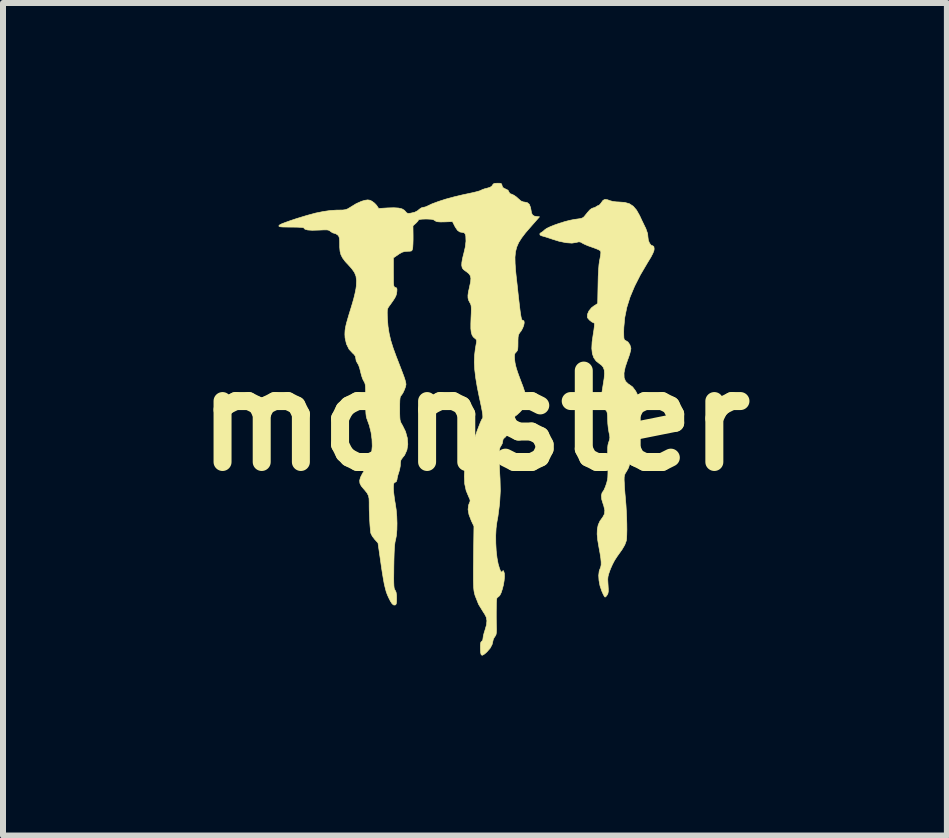
<source format=kicad_pcb>
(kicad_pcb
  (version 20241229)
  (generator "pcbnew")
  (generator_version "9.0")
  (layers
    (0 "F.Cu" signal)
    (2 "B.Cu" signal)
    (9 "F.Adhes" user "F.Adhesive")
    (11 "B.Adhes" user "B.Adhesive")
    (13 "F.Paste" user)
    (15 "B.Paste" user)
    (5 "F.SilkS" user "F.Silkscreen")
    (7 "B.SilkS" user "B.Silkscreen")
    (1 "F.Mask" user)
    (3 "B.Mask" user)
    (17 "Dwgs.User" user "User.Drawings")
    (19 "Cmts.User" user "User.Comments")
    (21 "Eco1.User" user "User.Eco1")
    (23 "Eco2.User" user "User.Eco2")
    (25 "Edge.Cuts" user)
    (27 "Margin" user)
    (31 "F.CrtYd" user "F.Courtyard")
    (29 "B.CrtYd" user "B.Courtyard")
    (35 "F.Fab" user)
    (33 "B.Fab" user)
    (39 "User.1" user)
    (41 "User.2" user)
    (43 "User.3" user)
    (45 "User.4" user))
  (footprint "monster"
    (layer "F.Cu")
    (at 4.87 3.964)
    (property "Reference" "monster" (at 0 0 0) (layer "F.SilkS") (effects (font (size 1.524 1.524) (thickness 0.3))))
    (attr through_hole)
    (fp_poly (pts (xy 2.211 -3.683) (xy 2.251 -3.668) (xy 2.296 -3.656) (xy 2.355 -3.648) (xy 2.398 -3.646) (xy 2.496 -3.639) (xy 2.575 -3.617) (xy 2.639 -3.575) (xy 2.694 -3.511) (xy 2.744 -3.422) (xy 2.75 -3.41) (xy 2.781 -3.343) (xy 2.813 -3.277) (xy 2.839 -3.223) (xy 2.847 -3.209) (xy 2.879 -3.118) (xy 2.884 -3.065) (xy 2.891 -3.007) (xy 2.911 -2.958) (xy 2.939 -2.924) (xy 2.967 -2.914) (xy 2.983 -2.9) (xy 2.988 -2.863) (xy 2.983 -2.831) (xy 2.965 -2.787) (xy 2.934 -2.727) (xy 2.886 -2.648) (xy 2.878 -2.635) (xy 2.758 -2.431) (xy 2.661 -2.24) (xy 2.586 -2.061) (xy 2.532 -1.889) (xy 2.498 -1.721) (xy 2.482 -1.554) (xy 2.48 -1.486) (xy 2.481 -1.42) (xy 2.483 -1.378) (xy 2.489 -1.354) (xy 2.499 -1.342) (xy 2.51 -1.337) (xy 2.551 -1.311) (xy 2.583 -1.265) (xy 2.599 -1.212) (xy 2.6 -1.2) (xy 2.594 -1.165) (xy 2.58 -1.11) (xy 2.558 -1.046) (xy 2.545 -1.012) (xy 2.505 -0.893) (xy 2.485 -0.795) (xy 2.487 -0.716) (xy 2.511 -0.656) (xy 2.555 -0.613) (xy 2.566 -0.607) (xy 2.629 -0.561) (xy 2.68 -0.493) (xy 2.706 -0.441) (xy 2.726 -0.378) (xy 2.737 -0.306) (xy 2.739 -0.233) (xy 2.733 -0.163) (xy 2.72 -0.102) (xy 2.7 -0.057) (xy 2.673 -0.032) (xy 2.66 -0.03) (xy 2.64 -0.025) (xy 2.631 -0.004) (xy 2.629 0.026) (xy 2.617 0.087) (xy 2.58 0.159) (xy 2.577 0.164) (xy 2.55 0.209) (xy 2.534 0.246) (xy 2.527 0.287) (xy 2.525 0.343) (xy 2.525 0.36) (xy 2.537 0.493) (xy 2.556 0.577) (xy 2.576 0.657) (xy 2.579 0.723) (xy 2.562 0.783) (xy 2.528 0.845) (xy 2.506 0.879) (xy 2.494 0.908) (xy 2.488 0.942) (xy 2.487 0.988) (xy 2.49 1.042) (xy 2.494 1.121) (xy 2.501 1.213) (xy 2.509 1.299) (xy 2.51 1.315) (xy 2.518 1.408) (xy 2.524 1.511) (xy 2.529 1.617) (xy 2.532 1.722) (xy 2.533 1.82) (xy 2.531 1.904) (xy 2.528 1.969) (xy 2.523 2.004) (xy 2.498 2.072) (xy 2.451 2.152) (xy 2.433 2.177) (xy 2.373 2.261) (xy 2.327 2.332) (xy 2.292 2.399) (xy 2.26 2.471) (xy 2.248 2.503) (xy 2.229 2.558) (xy 2.218 2.602) (xy 2.214 2.647) (xy 2.217 2.704) (xy 2.219 2.738) (xy 2.223 2.806) (xy 2.223 2.851) (xy 2.217 2.882) (xy 2.205 2.906) (xy 2.184 2.933) (xy 2.169 2.943) (xy 2.158 2.931) (xy 2.139 2.897) (xy 2.118 2.849) (xy 2.115 2.843) (xy 2.085 2.755) (xy 2.068 2.665) (xy 2.063 2.581) (xy 2.071 2.511) (xy 2.082 2.479) (xy 2.096 2.445) (xy 2.104 2.406) (xy 2.104 2.357) (xy 2.098 2.293) (xy 2.085 2.21) (xy 2.068 2.118) (xy 2.047 1.994) (xy 2.037 1.893) (xy 2.04 1.809) (xy 2.055 1.738) (xy 2.084 1.674) (xy 2.128 1.613) (xy 2.131 1.609) (xy 2.159 1.557) (xy 2.165 1.495) (xy 2.147 1.418) (xy 2.137 1.39) (xy 2.114 1.315) (xy 2.108 1.251) (xy 2.119 1.204) (xy 2.129 1.19) (xy 2.15 1.158) (xy 2.174 1.104) (xy 2.196 1.04) (xy 2.211 0.979) (xy 2.215 0.943) (xy 2.217 0.885) (xy 2.218 0.81) (xy 2.217 0.725) (xy 2.215 0.669) (xy 2.212 0.573) (xy 2.212 0.5) (xy 2.213 0.447) (xy 2.217 0.407) (xy 2.225 0.375) (xy 2.232 0.354) (xy 2.245 0.315) (xy 2.249 0.282) (xy 2.245 0.243) (xy 2.234 0.193) (xy 2.223 0.128) (xy 2.215 0.051) (xy 2.212 -0.024) (xy 2.212 -0.025) (xy 2.21 -0.083) (xy 2.205 -0.129) (xy 2.198 -0.154) (xy 2.196 -0.157) (xy 2.175 -0.182) (xy 2.151 -0.225) (xy 2.129 -0.278) (xy 2.112 -0.33) (xy 2.106 -0.369) (xy 2.109 -0.406) (xy 2.116 -0.465) (xy 2.127 -0.536) (xy 2.138 -0.605) (xy 2.154 -0.707) (xy 2.16 -0.784) (xy 2.156 -0.843) (xy 2.14 -0.888) (xy 2.112 -0.923) (xy 2.076 -0.95) (xy 2.02 -0.994) (xy 1.981 -1.049) (xy 1.957 -1.118) (xy 1.948 -1.205) (xy 1.953 -1.312) (xy 1.972 -1.442) (xy 1.983 -1.511) (xy 1.99 -1.568) (xy 1.993 -1.608) (xy 1.992 -1.625) (xy 1.991 -1.625) (xy 1.948 -1.646) (xy 1.908 -1.678) (xy 1.88 -1.711) (xy 1.874 -1.724) (xy 1.876 -1.774) (xy 1.9 -1.829) (xy 1.942 -1.881) (xy 1.982 -1.912) (xy 2.046 -1.953) (xy 2.052 -2.265) (xy 2.055 -2.402) (xy 2.061 -2.513) (xy 2.068 -2.602) (xy 2.078 -2.672) (xy 2.083 -2.694) (xy 2.095 -2.759) (xy 2.099 -2.801) (xy 2.095 -2.826) (xy 2.091 -2.832) (xy 2.07 -2.845) (xy 2.028 -2.864) (xy 1.973 -2.885) (xy 1.952 -2.892) (xy 1.89 -2.914) (xy 1.835 -2.937) (xy 1.795 -2.957) (xy 1.789 -2.961) (xy 1.756 -2.979) (xy 1.726 -2.981) (xy 1.693 -2.972) (xy 1.617 -2.96) (xy 1.52 -2.967) (xy 1.403 -2.991) (xy 1.3 -3.023) (xy 1.233 -3.045) (xy 1.175 -3.064) (xy 1.133 -3.076) (xy 1.114 -3.081) (xy 1.087 -3.094) (xy 1.08 -3.114) (xy 1.097 -3.132) (xy 1.099 -3.133) (xy 1.127 -3.15) (xy 1.16 -3.179) (xy 1.164 -3.183) (xy 1.197 -3.206) (xy 1.253 -3.233) (xy 1.325 -3.262) (xy 1.408 -3.291) (xy 1.495 -3.318) (xy 1.58 -3.34) (xy 1.656 -3.355) (xy 1.692 -3.36) (xy 1.751 -3.368) (xy 1.788 -3.378) (xy 1.813 -3.394) (xy 1.829 -3.412) (xy 1.878 -3.473) (xy 1.915 -3.514) (xy 1.944 -3.536) (xy 1.968 -3.546) (xy 1.969 -3.546) (xy 2.004 -3.557) (xy 2.02 -3.568) (xy 2.047 -3.584) (xy 2.058 -3.586) (xy 2.077 -3.598) (xy 2.102 -3.627) (xy 2.109 -3.638) (xy 2.136 -3.674) (xy 2.168 -3.689) (xy 2.211 -3.683)) (stroke (width 0.01) (type solid)) (fill yes) (layer "F.SilkS"))
    (fp_poly (pts (xy 0.419 -3.958) (xy 0.441 -3.95) (xy 0.449 -3.932) (xy 0.451 -3.92) (xy 0.463 -3.889) (xy 0.494 -3.869) (xy 0.508 -3.864) (xy 0.551 -3.842) (xy 0.565 -3.815) (xy 0.582 -3.787) (xy 0.614 -3.775) (xy 0.649 -3.759) (xy 0.692 -3.729) (xy 0.717 -3.706) (xy 0.765 -3.664) (xy 0.806 -3.647) (xy 0.818 -3.646) (xy 0.871 -3.636) (xy 0.906 -3.607) (xy 0.927 -3.553) (xy 0.933 -3.52) (xy 0.943 -3.463) (xy 0.96 -3.429) (xy 0.988 -3.411) (xy 1.028 -3.404) (xy 1.076 -3.399) (xy 0.925 -3.227) (xy 0.842 -3.131) (xy 0.778 -3.047) (xy 0.729 -2.97) (xy 0.696 -2.894) (xy 0.676 -2.815) (xy 0.667 -2.726) (xy 0.669 -2.622) (xy 0.678 -2.498) (xy 0.686 -2.419) (xy 0.705 -2.251) (xy 0.72 -2.11) (xy 0.733 -1.995) (xy 0.744 -1.901) (xy 0.753 -1.828) (xy 0.761 -1.772) (xy 0.768 -1.732) (xy 0.774 -1.704) (xy 0.78 -1.687) (xy 0.786 -1.678) (xy 0.793 -1.674) (xy 0.8 -1.673) (xy 0.817 -1.662) (xy 0.821 -1.631) (xy 0.813 -1.588) (xy 0.794 -1.54) (xy 0.768 -1.493) (xy 0.755 -1.478) (xy 0.737 -1.452) (xy 0.725 -1.426) (xy 0.719 -1.391) (xy 0.717 -1.339) (xy 0.717 -1.301) (xy 0.716 -1.236) (xy 0.713 -1.193) (xy 0.705 -1.166) (xy 0.692 -1.148) (xy 0.686 -1.142) (xy 0.668 -1.123) (xy 0.66 -1.099) (xy 0.659 -1.062) (xy 0.662 -1.015) (xy 0.667 -0.971) (xy 0.676 -0.925) (xy 0.69 -0.872) (xy 0.711 -0.807) (xy 0.74 -0.727) (xy 0.778 -0.626) (xy 0.798 -0.575) (xy 0.832 -0.473) (xy 0.849 -0.381) (xy 0.85 -0.304) (xy 0.834 -0.247) (xy 0.832 -0.245) (xy 0.799 -0.198) (xy 0.755 -0.148) (xy 0.707 -0.103) (xy 0.664 -0.07) (xy 0.647 -0.061) (xy 0.603 -0.029) (xy 0.577 0.027) (xy 0.568 0.106) (xy 0.568 0.107) (xy 0.56 0.172) (xy 0.539 0.23) (xy 0.51 0.272) (xy 0.494 0.283) (xy 0.468 0.313) (xy 0.463 0.342) (xy 0.454 0.385) (xy 0.433 0.422) (xy 0.419 0.444) (xy 0.411 0.472) (xy 0.406 0.511) (xy 0.404 0.57) (xy 0.404 0.615) (xy 0.405 0.693) (xy 0.408 0.789) (xy 0.413 0.888) (xy 0.418 0.971) (xy 0.423 1.168) (xy 0.411 1.38) (xy 0.383 1.597) (xy 0.365 1.696) (xy 0.352 1.795) (xy 0.346 1.914) (xy 0.347 2.042) (xy 0.354 2.171) (xy 0.368 2.291) (xy 0.387 2.392) (xy 0.388 2.394) (xy 0.409 2.465) (xy 0.427 2.509) (xy 0.442 2.525) (xy 0.443 2.525) (xy 0.461 2.514) (xy 0.463 2.506) (xy 0.469 2.499) (xy 0.478 2.51) (xy 0.49 2.547) (xy 0.492 2.603) (xy 0.486 2.669) (xy 0.474 2.741) (xy 0.456 2.81) (xy 0.436 2.871) (xy 0.413 2.916) (xy 0.389 2.939) (xy 0.387 2.94) (xy 0.374 2.946) (xy 0.365 2.961) (xy 0.36 2.99) (xy 0.357 3.039) (xy 0.356 3.098) (xy 0.355 3.185) (xy 0.355 3.284) (xy 0.356 3.379) (xy 0.357 3.407) (xy 0.359 3.479) (xy 0.357 3.528) (xy 0.353 3.56) (xy 0.344 3.584) (xy 0.33 3.603) (xy 0.308 3.64) (xy 0.299 3.675) (xy 0.299 3.676) (xy 0.286 3.732) (xy 0.253 3.794) (xy 0.202 3.853) (xy 0.193 3.862) (xy 0.149 3.899) (xy 0.12 3.913) (xy 0.103 3.903) (xy 0.094 3.867) (xy 0.091 3.803) (xy 0.091 3.802) (xy 0.091 3.741) (xy 0.095 3.704) (xy 0.104 3.686) (xy 0.112 3.681) (xy 0.129 3.661) (xy 0.134 3.629) (xy 0.139 3.592) (xy 0.152 3.54) (xy 0.167 3.493) (xy 0.192 3.406) (xy 0.199 3.337) (xy 0.188 3.277) (xy 0.158 3.219) (xy 0.146 3.203) (xy 0.06 3.063) (xy 0.002 2.917) (xy -0.006 2.888) (xy -0.013 2.858) (xy -0.018 2.825) (xy -0.022 2.782) (xy -0.024 2.729) (xy -0.026 2.66) (xy -0.026 2.572) (xy -0.026 2.463) (xy -0.024 2.328) (xy -0.024 2.279) (xy -0.017 1.762) (xy -0.061 1.669) (xy -0.1 1.567) (xy -0.115 1.482) (xy -0.107 1.41) (xy -0.098 1.386) (xy -0.083 1.35) (xy -0.081 1.324) (xy -0.094 1.292) (xy -0.102 1.275) (xy -0.147 1.167) (xy -0.171 1.056) (xy -0.177 0.932) (xy -0.176 0.897) (xy -0.174 0.862) (xy -0.173 0.833) (xy -0.17 0.805) (xy -0.165 0.776) (xy -0.158 0.742) (xy -0.146 0.702) (xy -0.131 0.651) (xy -0.109 0.586) (xy -0.081 0.505) (xy -0.046 0.404) (xy -0.002 0.28) (xy 0.035 0.173) (xy 0.062 0.102) (xy 0.086 0.041) (xy 0.106 -0.005) (xy 0.119 -0.029) (xy 0.121 -0.031) (xy 0.129 -0.042) (xy 0.131 -0.065) (xy 0.129 -0.103) (xy 0.12 -0.16) (xy 0.105 -0.238) (xy 0.083 -0.341) (xy 0.074 -0.381) (xy 0.038 -0.559) (xy 0.012 -0.714) (xy -0.004 -0.85) (xy -0.011 -0.973) (xy -0.007 -1.087) (xy 0.006 -1.197) (xy 0.017 -1.26) (xy 0.026 -1.309) (xy 0.027 -1.337) (xy 0.019 -1.355) (xy 0.001 -1.37) (xy 0.001 -1.37) (xy -0.029 -1.396) (xy -0.049 -1.429) (xy -0.062 -1.474) (xy -0.069 -1.535) (xy -0.069 -1.618) (xy -0.066 -1.709) (xy -0.062 -1.793) (xy -0.061 -1.853) (xy -0.062 -1.895) (xy -0.066 -1.925) (xy -0.074 -1.948) (xy -0.086 -1.97) (xy -0.088 -1.972) (xy -0.106 -2.008) (xy -0.116 -2.045) (xy -0.117 -2.089) (xy -0.109 -2.148) (xy -0.091 -2.227) (xy -0.089 -2.239) (xy -0.072 -2.317) (xy -0.068 -2.374) (xy -0.078 -2.417) (xy -0.103 -2.452) (xy -0.145 -2.486) (xy -0.152 -2.49) (xy -0.192 -2.52) (xy -0.212 -2.547) (xy -0.22 -2.582) (xy -0.221 -2.594) (xy -0.219 -2.636) (xy -0.209 -2.697) (xy -0.193 -2.764) (xy -0.187 -2.785) (xy -0.162 -2.893) (xy -0.15 -2.992) (xy -0.153 -3.075) (xy -0.159 -3.104) (xy -0.178 -3.132) (xy -0.204 -3.138) (xy -0.252 -3.146) (xy -0.291 -3.173) (xy -0.326 -3.224) (xy -0.337 -3.244) (xy -0.375 -3.319) (xy -0.507 -3.314) (xy -0.575 -3.313) (xy -0.62 -3.316) (xy -0.649 -3.323) (xy -0.668 -3.336) (xy -0.669 -3.336) (xy -0.692 -3.35) (xy -0.727 -3.358) (xy -0.782 -3.361) (xy -0.819 -3.362) (xy -0.88 -3.36) (xy -0.923 -3.355) (xy -0.941 -3.348) (xy -0.941 -3.347) (xy -0.952 -3.328) (xy -0.977 -3.3) (xy -0.988 -3.29) (xy -1.034 -3.248) (xy -1.032 -3.088) (xy -1.032 -3.016) (xy -1.034 -2.949) (xy -1.037 -2.898) (xy -1.039 -2.876) (xy -1.047 -2.845) (xy -1.059 -2.83) (xy -1.086 -2.825) (xy -1.125 -2.824) (xy -1.174 -2.82) (xy -1.217 -2.807) (xy -1.264 -2.78) (xy -1.28 -2.769) (xy -1.36 -2.714) (xy -1.36 -2.472) (xy -1.359 -2.382) (xy -1.359 -2.317) (xy -1.357 -2.274) (xy -1.353 -2.247) (xy -1.346 -2.232) (xy -1.337 -2.224) (xy -1.328 -2.221) (xy -1.308 -2.213) (xy -1.301 -2.194) (xy -1.302 -2.158) (xy -1.304 -2.145) (xy -1.309 -2.111) (xy -1.319 -2.08) (xy -1.337 -2.045) (xy -1.366 -2) (xy -1.409 -1.939) (xy -1.429 -1.912) (xy -1.445 -1.889) (xy -1.456 -1.867) (xy -1.462 -1.839) (xy -1.463 -1.8) (xy -1.462 -1.743) (xy -1.459 -1.688) (xy -1.45 -1.572) (xy -1.432 -1.458) (xy -1.405 -1.34) (xy -1.365 -1.212) (xy -1.312 -1.067) (xy -1.292 -1.016) (xy -1.246 -0.897) (xy -1.21 -0.803) (xy -1.183 -0.731) (xy -1.165 -0.676) (xy -1.155 -0.637) (xy -1.151 -0.61) (xy -1.15 -0.605) (xy -1.158 -0.566) (xy -1.176 -0.516) (xy -1.199 -0.466) (xy -1.223 -0.428) (xy -1.232 -0.418) (xy -1.242 -0.405) (xy -1.249 -0.379) (xy -1.253 -0.337) (xy -1.255 -0.274) (xy -1.255 -0.198) (xy -1.255 -0.116) (xy -1.253 -0.058) (xy -1.25 -0.017) (xy -1.243 0.014) (xy -1.232 0.04) (xy -1.215 0.069) (xy -1.211 0.075) (xy -1.158 0.182) (xy -1.128 0.29) (xy -1.12 0.394) (xy -1.135 0.49) (xy -1.173 0.575) (xy -1.207 0.617) (xy -1.235 0.657) (xy -1.243 0.701) (xy -1.243 0.714) (xy -1.246 0.759) (xy -1.257 0.817) (xy -1.269 0.858) (xy -1.286 0.911) (xy -1.297 0.958) (xy -1.3 0.982) (xy -1.311 1.016) (xy -1.33 1.027) (xy -1.346 1.035) (xy -1.355 1.053) (xy -1.359 1.089) (xy -1.36 1.129) (xy -1.357 1.186) (xy -1.348 1.261) (xy -1.337 1.34) (xy -1.33 1.378) (xy -1.314 1.483) (xy -1.304 1.596) (xy -1.3 1.711) (xy -1.302 1.82) (xy -1.31 1.915) (xy -1.324 1.987) (xy -1.333 2.024) (xy -1.339 2.071) (xy -1.344 2.134) (xy -1.348 2.216) (xy -1.351 2.321) (xy -1.353 2.431) (xy -1.354 2.546) (xy -1.355 2.634) (xy -1.354 2.701) (xy -1.352 2.749) (xy -1.349 2.782) (xy -1.344 2.805) (xy -1.337 2.82) (xy -1.332 2.827) (xy -1.316 2.86) (xy -1.308 2.91) (xy -1.307 2.965) (xy -1.308 3.021) (xy -1.313 3.054) (xy -1.322 3.07) (xy -1.335 3.075) (xy -1.358 3.073) (xy -1.382 3.053) (xy -1.409 3.012) (xy -1.44 2.951) (xy -1.461 2.904) (xy -1.48 2.853) (xy -1.496 2.793) (xy -1.513 2.722) (xy -1.529 2.633) (xy -1.547 2.524) (xy -1.567 2.39) (xy -1.57 2.367) (xy -1.617 2.04) (xy -1.674 1.977) (xy -1.712 1.927) (xy -1.736 1.879) (xy -1.739 1.865) (xy -1.744 1.819) (xy -1.75 1.752) (xy -1.755 1.67) (xy -1.759 1.582) (xy -1.763 1.497) (xy -1.764 1.421) (xy -1.764 1.364) (xy -1.764 1.363) (xy -1.766 1.3) (xy -1.776 1.252) (xy -1.799 1.207) (xy -1.839 1.157) (xy -1.854 1.14) (xy -1.896 1.09) (xy -1.919 1.044) (xy -1.923 0.998) (xy -1.909 0.946) (xy -1.876 0.881) (xy -1.84 0.823) (xy -1.81 0.774) (xy -1.788 0.731) (xy -1.778 0.704) (xy -1.778 0.702) (xy -1.772 0.674) (xy -1.757 0.631) (xy -1.746 0.603) (xy -1.722 0.523) (xy -1.713 0.424) (xy -1.717 0.312) (xy -1.733 0.195) (xy -1.762 0.079) (xy -1.795 -0.012) (xy -1.805 -0.04) (xy -1.813 -0.073) (xy -1.818 -0.114) (xy -1.821 -0.17) (xy -1.822 -0.246) (xy -1.823 -0.346) (xy -1.823 -0.443) (xy -1.824 -0.515) (xy -1.826 -0.567) (xy -1.83 -0.602) (xy -1.837 -0.627) (xy -1.846 -0.647) (xy -1.854 -0.659) (xy -1.872 -0.695) (xy -1.891 -0.749) (xy -1.907 -0.811) (xy -1.908 -0.816) (xy -1.924 -0.879) (xy -1.942 -0.929) (xy -1.959 -0.958) (xy -1.98 -0.995) (xy -1.987 -1.035) (xy -1.994 -1.074) (xy -2.02 -1.108) (xy -2.038 -1.124) (xy -2.1 -1.191) (xy -2.143 -1.279) (xy -2.166 -1.38) (xy -2.169 -1.438) (xy -2.168 -1.473) (xy -2.166 -1.506) (xy -2.161 -1.541) (xy -2.153 -1.581) (xy -2.141 -1.631) (xy -2.123 -1.694) (xy -2.099 -1.776) (xy -2.067 -1.879) (xy -2.043 -1.959) (xy -2.02 -2.04) (xy -2 -2.123) (xy -1.985 -2.198) (xy -1.979 -2.243) (xy -1.975 -2.335) (xy -1.984 -2.408) (xy -2.01 -2.472) (xy -2.056 -2.536) (xy -2.099 -2.584) (xy -2.163 -2.653) (xy -2.207 -2.712) (xy -2.235 -2.766) (xy -2.25 -2.824) (xy -2.256 -2.894) (xy -2.256 -2.932) (xy -2.257 -2.998) (xy -2.261 -3.042) (xy -2.269 -3.07) (xy -2.283 -3.09) (xy -2.286 -3.093) (xy -2.318 -3.115) (xy -2.343 -3.123) (xy -2.374 -3.132) (xy -2.407 -3.154) (xy -2.425 -3.168) (xy -2.445 -3.177) (xy -2.473 -3.181) (xy -2.516 -3.181) (xy -2.58 -3.178) (xy -2.61 -3.177) (xy -2.713 -3.174) (xy -2.789 -3.179) (xy -2.835 -3.192) (xy -2.854 -3.212) (xy -2.854 -3.215) (xy -2.868 -3.219) (xy -2.906 -3.223) (xy -2.964 -3.226) (xy -3.036 -3.227) (xy -3.064 -3.227) (xy -3.148 -3.228) (xy -3.206 -3.229) (xy -3.242 -3.232) (xy -3.262 -3.237) (xy -3.27 -3.244) (xy -3.269 -3.251) (xy -3.257 -3.264) (xy -3.222 -3.282) (xy -3.162 -3.305) (xy -3.078 -3.335) (xy -2.967 -3.372) (xy -2.802 -3.422) (xy -2.658 -3.461) (xy -2.53 -3.487) (xy -2.412 -3.504) (xy -2.3 -3.511) (xy -2.266 -3.511) (xy -2.203 -3.512) (xy -2.16 -3.518) (xy -2.126 -3.53) (xy -2.09 -3.551) (xy -2.082 -3.556) (xy -1.981 -3.618) (xy -1.891 -3.658) (xy -1.836 -3.674) (xy -1.788 -3.681) (xy -1.751 -3.675) (xy -1.718 -3.659) (xy -1.675 -3.627) (xy -1.639 -3.589) (xy -1.636 -3.584) (xy -1.606 -3.538) (xy -1.457 -3.547) (xy -1.353 -3.55) (xy -1.274 -3.545) (xy -1.216 -3.531) (xy -1.176 -3.507) (xy -1.16 -3.489) (xy -1.138 -3.464) (xy -1.114 -3.455) (xy -1.074 -3.459) (xy -1.07 -3.46) (xy -1.005 -3.475) (xy -0.958 -3.499) (xy -0.925 -3.527) (xy -0.892 -3.549) (xy -0.865 -3.556) (xy -0.829 -3.563) (xy -0.794 -3.578) (xy -0.716 -3.615) (xy -0.613 -3.653) (xy -0.49 -3.693) (xy -0.354 -3.73) (xy -0.208 -3.765) (xy -0.1 -3.788) (xy -0.03 -3.803) (xy 0.031 -3.818) (xy 0.076 -3.831) (xy 0.097 -3.84) (xy 0.124 -3.853) (xy 0.167 -3.868) (xy 0.198 -3.875) (xy 0.252 -3.891) (xy 0.282 -3.912) (xy 0.291 -3.926) (xy 0.306 -3.947) (xy 0.331 -3.957) (xy 0.376 -3.959) (xy 0.419 -3.958)) (stroke (width 0.01) (type solid)) (fill yes) (layer "F.SilkS")))
  (gr_rect
    (start -3 -3)
    (end 12.739 10.882)
    (stroke (width 0.1) (type default))
    (fill no)
    (layer "Edge.Cuts")))
</source>
